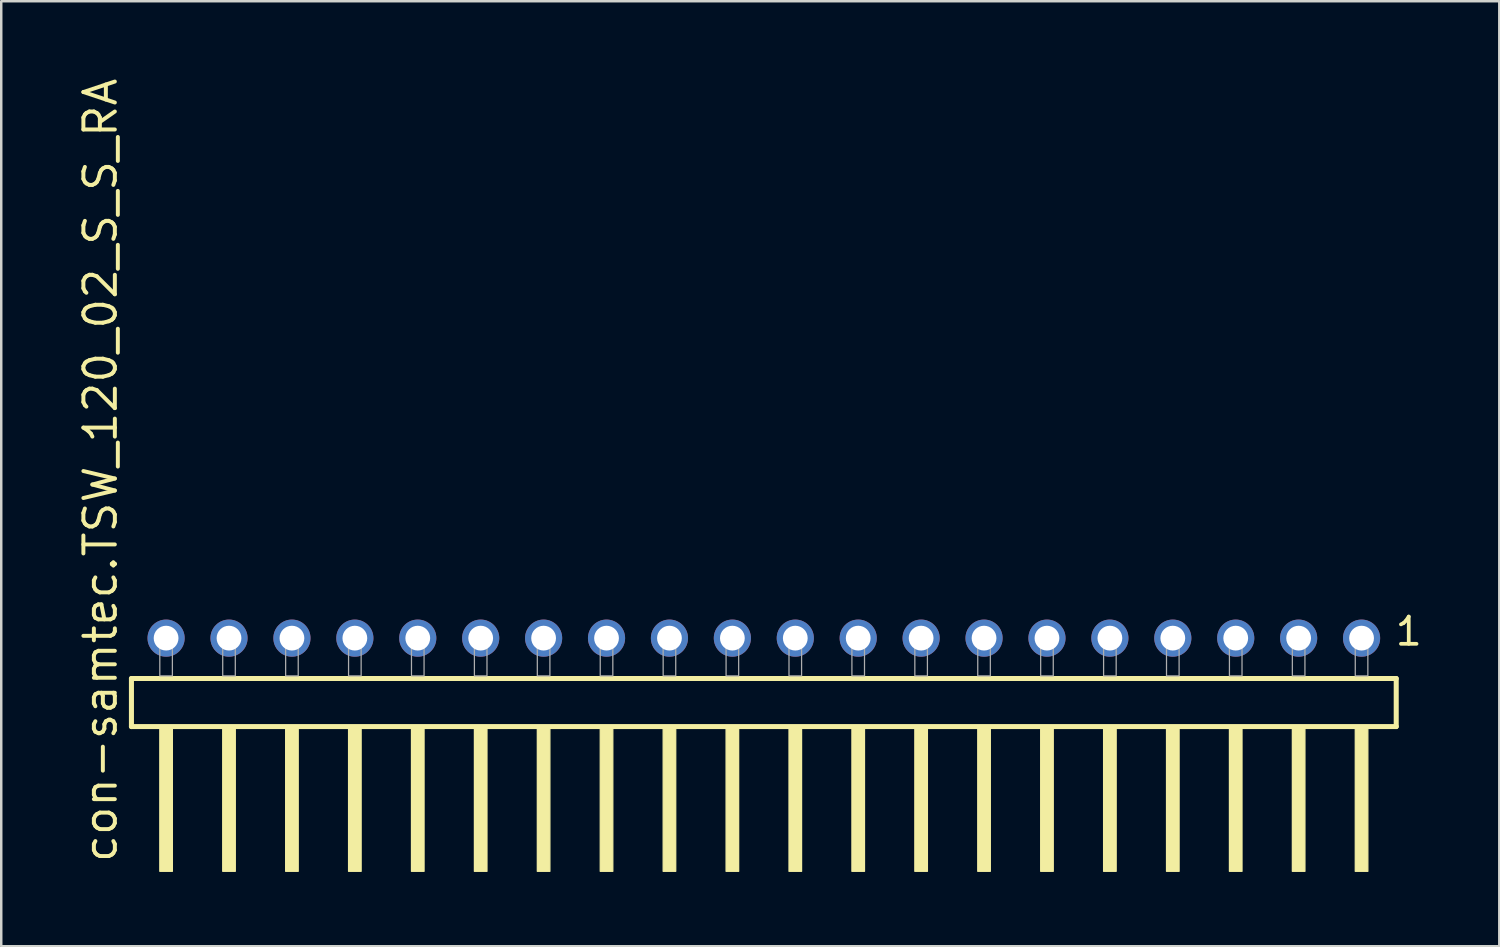
<source format=kicad_pcb>
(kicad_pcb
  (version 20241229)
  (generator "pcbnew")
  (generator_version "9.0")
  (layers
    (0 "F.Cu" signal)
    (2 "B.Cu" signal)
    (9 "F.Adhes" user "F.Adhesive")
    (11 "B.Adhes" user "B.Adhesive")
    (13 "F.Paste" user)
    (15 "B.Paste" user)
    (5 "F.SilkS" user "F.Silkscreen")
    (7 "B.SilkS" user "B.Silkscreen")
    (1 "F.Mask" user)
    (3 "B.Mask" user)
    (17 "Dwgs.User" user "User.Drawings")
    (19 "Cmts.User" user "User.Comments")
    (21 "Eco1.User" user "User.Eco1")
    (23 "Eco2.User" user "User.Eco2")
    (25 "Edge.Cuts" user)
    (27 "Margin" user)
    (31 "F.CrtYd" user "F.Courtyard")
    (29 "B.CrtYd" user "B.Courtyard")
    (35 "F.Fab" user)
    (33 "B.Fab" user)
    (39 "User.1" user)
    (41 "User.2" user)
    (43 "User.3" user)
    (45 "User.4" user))
  (footprint "con-samtec.TSW_120_02_S_S_RA"
    (layer "F.Cu")
    (at 27.785 24.235)
    (property "Reference" "con-samtec.TSW_120_02_S_S_RA" (at -26.035 7.62 90) (layer "F.SilkS") (effects (font (size 1.27 1.27) (thickness 0.16)) (justify left bottom)))
    (attr through_hole)
    (fp_line (start -25.529 0.106) (end -25.529 2.046) (stroke (width 0.203) (type default)) (layer "F.SilkS"))
    (fp_line (start -25.529 2.046) (end 25.529 2.046) (stroke (width 0.203) (type default)) (layer "F.SilkS"))
    (fp_line (start 25.529 0.106) (end -25.529 0.106) (stroke (width 0.203) (type default)) (layer "F.SilkS"))
    (fp_line (start 25.529 2.046) (end 25.529 0.106) (stroke (width 0.203) (type default)) (layer "F.SilkS"))
    (fp_rect (start -24.384 7.89) (end -23.876 2.04) (stroke (width 0.05) (type default)) (fill yes) (layer "F.SilkS"))
    (fp_rect (start -21.844 7.89) (end -21.336 2.04) (stroke (width 0.05) (type default)) (fill yes) (layer "F.SilkS"))
    (fp_rect (start -19.304 7.89) (end -18.796 2.04) (stroke (width 0.05) (type default)) (fill yes) (layer "F.SilkS"))
    (fp_rect (start -16.764 7.89) (end -16.256 2.04) (stroke (width 0.05) (type default)) (fill yes) (layer "F.SilkS"))
    (fp_rect (start -14.224 7.89) (end -13.716 2.04) (stroke (width 0.05) (type default)) (fill yes) (layer "F.SilkS"))
    (fp_rect (start -11.684 7.89) (end -11.176 2.04) (stroke (width 0.05) (type default)) (fill yes) (layer "F.SilkS"))
    (fp_rect (start -9.144 7.89) (end -8.636 2.04) (stroke (width 0.05) (type default)) (fill yes) (layer "F.SilkS"))
    (fp_rect (start -6.604 7.89) (end -6.096 2.04) (stroke (width 0.05) (type default)) (fill yes) (layer "F.SilkS"))
    (fp_rect (start -4.064 7.89) (end -3.556 2.04) (stroke (width 0.05) (type default)) (fill yes) (layer "F.SilkS"))
    (fp_rect (start -1.524 7.89) (end -1.016 2.04) (stroke (width 0.05) (type default)) (fill yes) (layer "F.SilkS"))
    (fp_rect (start 1.016 7.89) (end 1.524 2.04) (stroke (width 0.05) (type default)) (fill yes) (layer "F.SilkS"))
    (fp_rect (start 3.556 7.89) (end 4.064 2.04) (stroke (width 0.05) (type default)) (fill yes) (layer "F.SilkS"))
    (fp_rect (start 6.096 7.89) (end 6.604 2.04) (stroke (width 0.05) (type default)) (fill yes) (layer "F.SilkS"))
    (fp_rect (start 8.636 7.89) (end 9.144 2.04) (stroke (width 0.05) (type default)) (fill yes) (layer "F.SilkS"))
    (fp_rect (start 11.176 7.89) (end 11.684 2.04) (stroke (width 0.05) (type default)) (fill yes) (layer "F.SilkS"))
    (fp_rect (start 13.716 7.89) (end 14.224 2.04) (stroke (width 0.05) (type default)) (fill yes) (layer "F.SilkS"))
    (fp_rect (start 16.256 7.89) (end 16.764 2.04) (stroke (width 0.05) (type default)) (fill yes) (layer "F.SilkS"))
    (fp_rect (start 18.796 7.89) (end 19.304 2.04) (stroke (width 0.05) (type default)) (fill yes) (layer "F.SilkS"))
    (fp_rect (start 21.336 7.89) (end 21.844 2.04) (stroke (width 0.05) (type default)) (fill yes) (layer "F.SilkS"))
    (fp_rect (start 23.876 7.89) (end 24.384 2.04) (stroke (width 0.05) (type default)) (fill yes) (layer "F.SilkS"))
    (fp_rect (start -24.384 0) (end -23.876 -1.778) (stroke (width 0.05) (type default)) (fill no) (layer "F.Fab"))
    (fp_rect (start -21.844 0) (end -21.336 -1.778) (stroke (width 0.05) (type default)) (fill no) (layer "F.Fab"))
    (fp_rect (start -19.304 0) (end -18.796 -1.778) (stroke (width 0.05) (type default)) (fill no) (layer "F.Fab"))
    (fp_rect (start -16.764 0) (end -16.256 -1.778) (stroke (width 0.05) (type default)) (fill no) (layer "F.Fab"))
    (fp_rect (start -14.224 0) (end -13.716 -1.778) (stroke (width 0.05) (type default)) (fill no) (layer "F.Fab"))
    (fp_rect (start -11.684 0) (end -11.176 -1.778) (stroke (width 0.05) (type default)) (fill no) (layer "F.Fab"))
    (fp_rect (start -9.144 0) (end -8.636 -1.778) (stroke (width 0.05) (type default)) (fill no) (layer "F.Fab"))
    (fp_rect (start -6.604 0) (end -6.096 -1.778) (stroke (width 0.05) (type default)) (fill no) (layer "F.Fab"))
    (fp_rect (start -4.064 0) (end -3.556 -1.778) (stroke (width 0.05) (type default)) (fill no) (layer "F.Fab"))
    (fp_rect (start -1.524 0) (end -1.016 -1.778) (stroke (width 0.05) (type default)) (fill no) (layer "F.Fab"))
    (fp_rect (start 1.016 0) (end 1.524 -1.778) (stroke (width 0.05) (type default)) (fill no) (layer "F.Fab"))
    (fp_rect (start 3.556 0) (end 4.064 -1.778) (stroke (width 0.05) (type default)) (fill no) (layer "F.Fab"))
    (fp_rect (start 6.096 0) (end 6.604 -1.778) (stroke (width 0.05) (type default)) (fill no) (layer "F.Fab"))
    (fp_rect (start 8.636 0) (end 9.144 -1.778) (stroke (width 0.05) (type default)) (fill no) (layer "F.Fab"))
    (fp_rect (start 11.176 0) (end 11.684 -1.778) (stroke (width 0.05) (type default)) (fill no) (layer "F.Fab"))
    (fp_rect (start 13.716 0) (end 14.224 -1.778) (stroke (width 0.05) (type default)) (fill no) (layer "F.Fab"))
    (fp_rect (start 16.256 0) (end 16.764 -1.778) (stroke (width 0.05) (type default)) (fill no) (layer "F.Fab"))
    (fp_rect (start 18.796 0) (end 19.304 -1.778) (stroke (width 0.05) (type default)) (fill no) (layer "F.Fab"))
    (fp_rect (start 21.336 0) (end 21.844 -1.778) (stroke (width 0.05) (type default)) (fill no) (layer "F.Fab"))
    (fp_rect (start 23.876 0) (end 24.384 -1.778) (stroke (width 0.05) (type default)) (fill no) (layer "F.Fab"))
    (fp_text user "1" (at 25.412 -1.152 0) (layer "F.SilkS") (effects (font (size 1.1 1.1) (thickness 0.15)) (justify left bottom)))
    (pad "1" thru_hole circle (at 24.13 -1.524 180) (size 1.5 1.5) (drill 1) (layers "*.Cu" "*.Mask"))
    (pad "2" thru_hole circle (at 21.59 -1.524 180) (size 1.5 1.5) (drill 1) (layers "*.Cu" "*.Mask"))
    (pad "3" thru_hole circle (at 19.05 -1.524 180) (size 1.5 1.5) (drill 1) (layers "*.Cu" "*.Mask"))
    (pad "4" thru_hole circle (at 16.51 -1.524 180) (size 1.5 1.5) (drill 1) (layers "*.Cu" "*.Mask"))
    (pad "5" thru_hole circle (at 13.97 -1.524 180) (size 1.5 1.5) (drill 1) (layers "*.Cu" "*.Mask"))
    (pad "6" thru_hole circle (at 11.43 -1.524 180) (size 1.5 1.5) (drill 1) (layers "*.Cu" "*.Mask"))
    (pad "7" thru_hole circle (at 8.89 -1.524 180) (size 1.5 1.5) (drill 1) (layers "*.Cu" "*.Mask"))
    (pad "8" thru_hole circle (at 6.35 -1.524 180) (size 1.5 1.5) (drill 1) (layers "*.Cu" "*.Mask"))
    (pad "9" thru_hole circle (at 3.81 -1.524 180) (size 1.5 1.5) (drill 1) (layers "*.Cu" "*.Mask"))
    (pad "10" thru_hole circle (at 1.27 -1.524 180) (size 1.5 1.5) (drill 1) (layers "*.Cu" "*.Mask"))
    (pad "11" thru_hole circle (at -1.27 -1.524 180) (size 1.5 1.5) (drill 1) (layers "*.Cu" "*.Mask"))
    (pad "12" thru_hole circle (at -3.81 -1.524 180) (size 1.5 1.5) (drill 1) (layers "*.Cu" "*.Mask"))
    (pad "13" thru_hole circle (at -6.35 -1.524 180) (size 1.5 1.5) (drill 1) (layers "*.Cu" "*.Mask"))
    (pad "14" thru_hole circle (at -8.89 -1.524 180) (size 1.5 1.5) (drill 1) (layers "*.Cu" "*.Mask"))
    (pad "15" thru_hole circle (at -11.43 -1.524 180) (size 1.5 1.5) (drill 1) (layers "*.Cu" "*.Mask"))
    (pad "16" thru_hole circle (at -13.97 -1.524 180) (size 1.5 1.5) (drill 1) (layers "*.Cu" "*.Mask"))
    (pad "17" thru_hole circle (at -16.51 -1.524 180) (size 1.5 1.5) (drill 1) (layers "*.Cu" "*.Mask"))
    (pad "18" thru_hole circle (at -19.05 -1.524 180) (size 1.5 1.5) (drill 1) (layers "*.Cu" "*.Mask"))
    (pad "19" thru_hole circle (at -21.59 -1.524 180) (size 1.5 1.5) (drill 1) (layers "*.Cu" "*.Mask"))
    (pad "20" thru_hole circle (at -24.13 -1.524 180) (size 1.5 1.5) (drill 1) (layers "*.Cu" "*.Mask")))
  (gr_rect
    (start -3 -3)
    (end 57.475 35.15)
    (stroke (width 0.1) (type default))
    (fill no)
    (layer "Edge.Cuts")))
</source>
